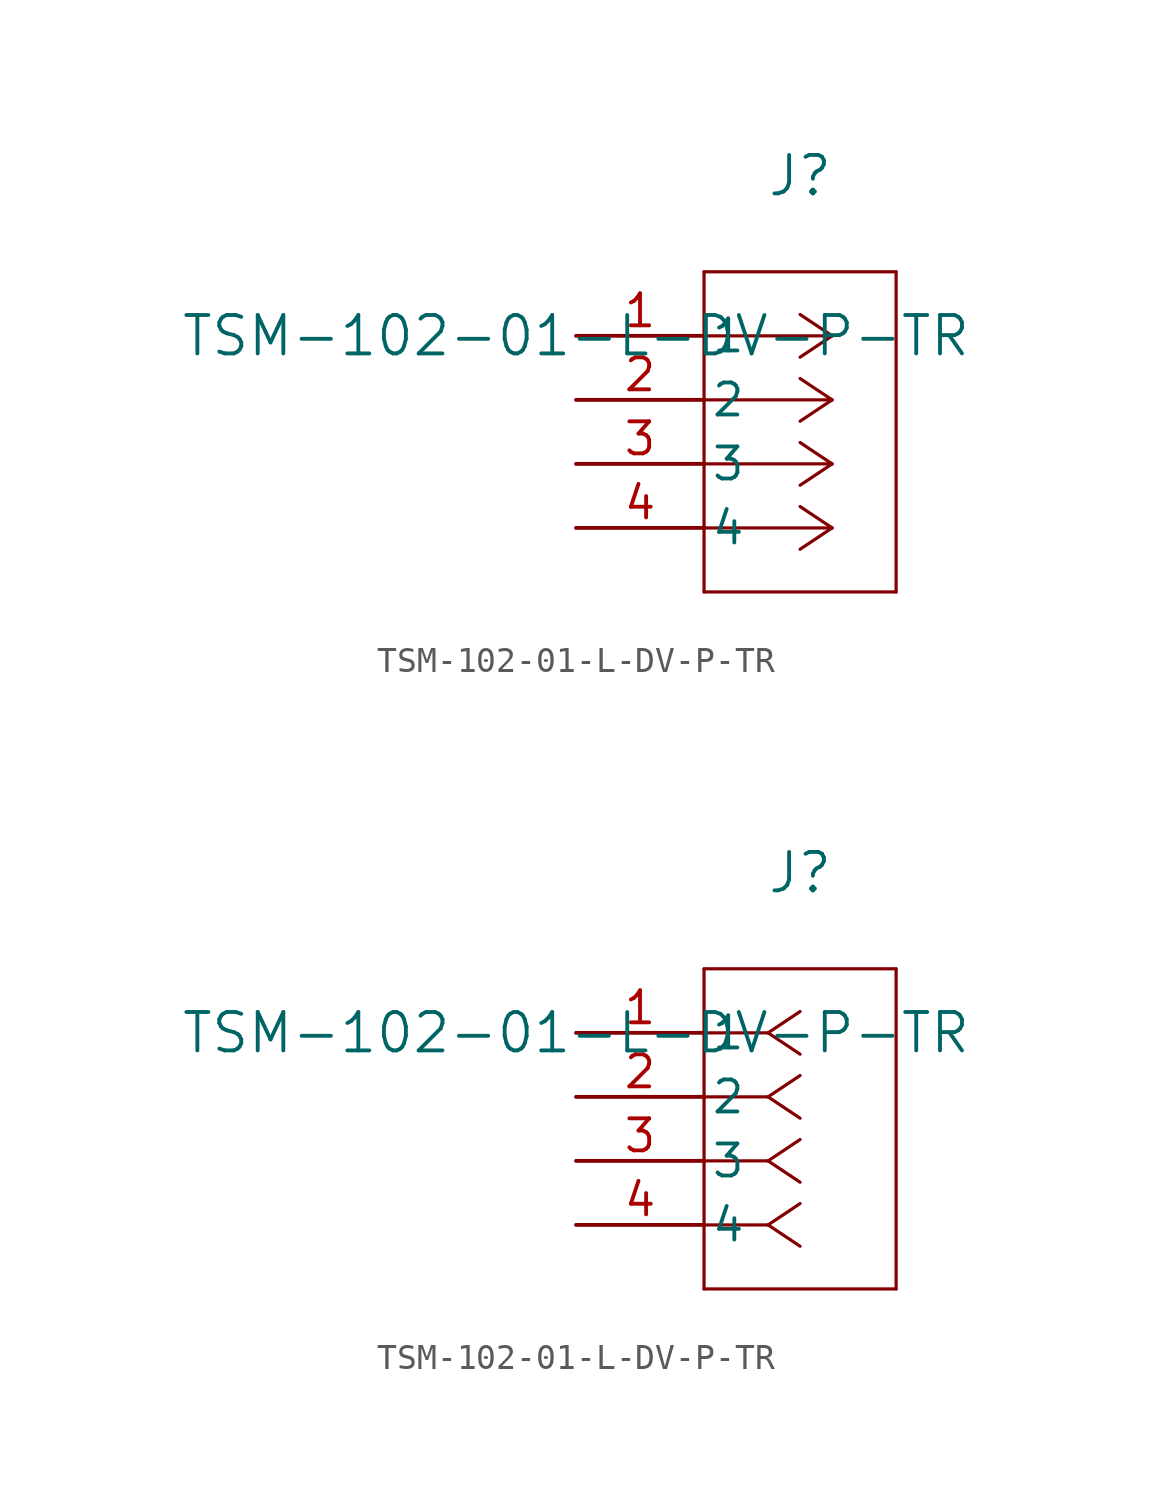
<source format=kicad_sym>
(kicad_symbol_lib
  (version 20211014)
  (generator kicad_symbol_editor)
  (symbol "TSM-102-01-L-DV-P-TR"
    (pin_names
      (offset 0.254))
    (property "Reference" "J"
      (at 8.89 6.35 0)
      (effects (font (size 1.524 1.524))))
    (property "Value" "TSM-102-01-L-DV-P-TR"
      (at 0 0 0)
      (effects (font (size 1.524 1.524))))
    (symbol "TSM-102-01-L-DV-P-TR_1_1"
      (polyline (pts (xy 10.16 0) (xy 5.08 0)) (stroke (width 0.127) (type default) (color 0 0 0 0)) (fill (type none)))
      (polyline (pts (xy 10.16 -2.54) (xy 5.08 -2.54)) (stroke (width 0.127) (type default) (color 0 0 0 0)) (fill (type none)))
      (polyline (pts (xy 10.16 -5.08) (xy 5.08 -5.08)) (stroke (width 0.127) (type default) (color 0 0 0 0)) (fill (type none)))
      (polyline (pts (xy 10.16 -7.62) (xy 5.08 -7.62)) (stroke (width 0.127) (type default) (color 0 0 0 0)) (fill (type none)))
      (polyline (pts (xy 10.16 0) (xy 8.89 0.847)) (stroke (width 0.127) (type default) (color 0 0 0 0)) (fill (type none)))
      (polyline (pts (xy 10.16 -2.54) (xy 8.89 -1.693)) (stroke (width 0.127) (type default) (color 0 0 0 0)) (fill (type none)))
      (polyline (pts (xy 10.16 -5.08) (xy 8.89 -4.233)) (stroke (width 0.127) (type default) (color 0 0 0 0)) (fill (type none)))
      (polyline (pts (xy 10.16 -7.62) (xy 8.89 -6.773)) (stroke (width 0.127) (type default) (color 0 0 0 0)) (fill (type none)))
      (polyline (pts (xy 10.16 0) (xy 8.89 -0.847)) (stroke (width 0.127) (type default) (color 0 0 0 0)) (fill (type none)))
      (polyline (pts (xy 10.16 -2.54) (xy 8.89 -3.387)) (stroke (width 0.127) (type default) (color 0 0 0 0)) (fill (type none)))
      (polyline (pts (xy 10.16 -5.08) (xy 8.89 -5.927)) (stroke (width 0.127) (type default) (color 0 0 0 0)) (fill (type none)))
      (polyline (pts (xy 10.16 -7.62) (xy 8.89 -8.467)) (stroke (width 0.127) (type default) (color 0 0 0 0)) (fill (type none)))
      (polyline (pts (xy 5.08 2.54) (xy 5.08 -10.16)) (stroke (width 0.127) (type default) (color 0 0 0 0)) (fill (type none)))
      (polyline (pts (xy 5.08 -10.16) (xy 12.7 -10.16)) (stroke (width 0.127) (type default) (color 0 0 0 0)) (fill (type none)))
      (polyline (pts (xy 12.7 -10.16) (xy 12.7 2.54)) (stroke (width 0.127) (type default) (color 0 0 0 0)) (fill (type none)))
      (polyline (pts (xy 12.7 2.54) (xy 5.08 2.54)) (stroke (width 0.127) (type default) (color 0 0 0 0)) (fill (type none)))
      (pin unspecified line (at 0 0 0) (length 5.08) (name "1" (effects (font (size 1.27 1.27)))) (number "1" (effects (font (size 1.27 1.27)))))
      (pin unspecified line (at 0 -2.54 0) (length 5.08) (name "2" (effects (font (size 1.27 1.27)))) (number "2" (effects (font (size 1.27 1.27)))))
      (pin unspecified line (at 0 -5.08 0) (length 5.08) (name "3" (effects (font (size 1.27 1.27)))) (number "3" (effects (font (size 1.27 1.27)))))
      (pin unspecified line (at 0 -7.62 0) (length 5.08) (name "4" (effects (font (size 1.27 1.27)))) (number "4" (effects (font (size 1.27 1.27))))))
    (symbol "TSM-102-01-L-DV-P-TR_1_2"
      (polyline (pts (xy 7.62 0) (xy 5.08 0)) (stroke (width 0.127) (type default) (color 0 0 0 0)) (fill (type none)))
      (polyline (pts (xy 7.62 -2.54) (xy 5.08 -2.54)) (stroke (width 0.127) (type default) (color 0 0 0 0)) (fill (type none)))
      (polyline (pts (xy 7.62 -5.08) (xy 5.08 -5.08)) (stroke (width 0.127) (type default) (color 0 0 0 0)) (fill (type none)))
      (polyline (pts (xy 7.62 -7.62) (xy 5.08 -7.62)) (stroke (width 0.127) (type default) (color 0 0 0 0)) (fill (type none)))
      (polyline (pts (xy 7.62 0) (xy 8.89 0.847)) (stroke (width 0.127) (type default) (color 0 0 0 0)) (fill (type none)))
      (polyline (pts (xy 7.62 -2.54) (xy 8.89 -1.693)) (stroke (width 0.127) (type default) (color 0 0 0 0)) (fill (type none)))
      (polyline (pts (xy 7.62 -5.08) (xy 8.89 -4.233)) (stroke (width 0.127) (type default) (color 0 0 0 0)) (fill (type none)))
      (polyline (pts (xy 7.62 -7.62) (xy 8.89 -6.773)) (stroke (width 0.127) (type default) (color 0 0 0 0)) (fill (type none)))
      (polyline (pts (xy 7.62 0) (xy 8.89 -0.847)) (stroke (width 0.127) (type default) (color 0 0 0 0)) (fill (type none)))
      (polyline (pts (xy 7.62 -2.54) (xy 8.89 -3.387)) (stroke (width 0.127) (type default) (color 0 0 0 0)) (fill (type none)))
      (polyline (pts (xy 7.62 -5.08) (xy 8.89 -5.927)) (stroke (width 0.127) (type default) (color 0 0 0 0)) (fill (type none)))
      (polyline (pts (xy 7.62 -7.62) (xy 8.89 -8.467)) (stroke (width 0.127) (type default) (color 0 0 0 0)) (fill (type none)))
      (polyline (pts (xy 5.08 2.54) (xy 5.08 -10.16)) (stroke (width 0.127) (type default) (color 0 0 0 0)) (fill (type none)))
      (polyline (pts (xy 5.08 -10.16) (xy 12.7 -10.16)) (stroke (width 0.127) (type default) (color 0 0 0 0)) (fill (type none)))
      (polyline (pts (xy 12.7 -10.16) (xy 12.7 2.54)) (stroke (width 0.127) (type default) (color 0 0 0 0)) (fill (type none)))
      (polyline (pts (xy 12.7 2.54) (xy 5.08 2.54)) (stroke (width 0.127) (type default) (color 0 0 0 0)) (fill (type none)))
      (pin unspecified line (at 0 0 0) (length 5.08) (name "1" (effects (font (size 1.27 1.27)))) (number "1" (effects (font (size 1.27 1.27)))))
      (pin unspecified line (at 0 -2.54 0) (length 5.08) (name "2" (effects (font (size 1.27 1.27)))) (number "2" (effects (font (size 1.27 1.27)))))
      (pin unspecified line (at 0 -5.08 0) (length 5.08) (name "3" (effects (font (size 1.27 1.27)))) (number "3" (effects (font (size 1.27 1.27)))))
      (pin unspecified line (at 0 -7.62 0) (length 5.08) (name "4" (effects (font (size 1.27 1.27)))) (number "4" (effects (font (size 1.27 1.27))))))))
</source>
